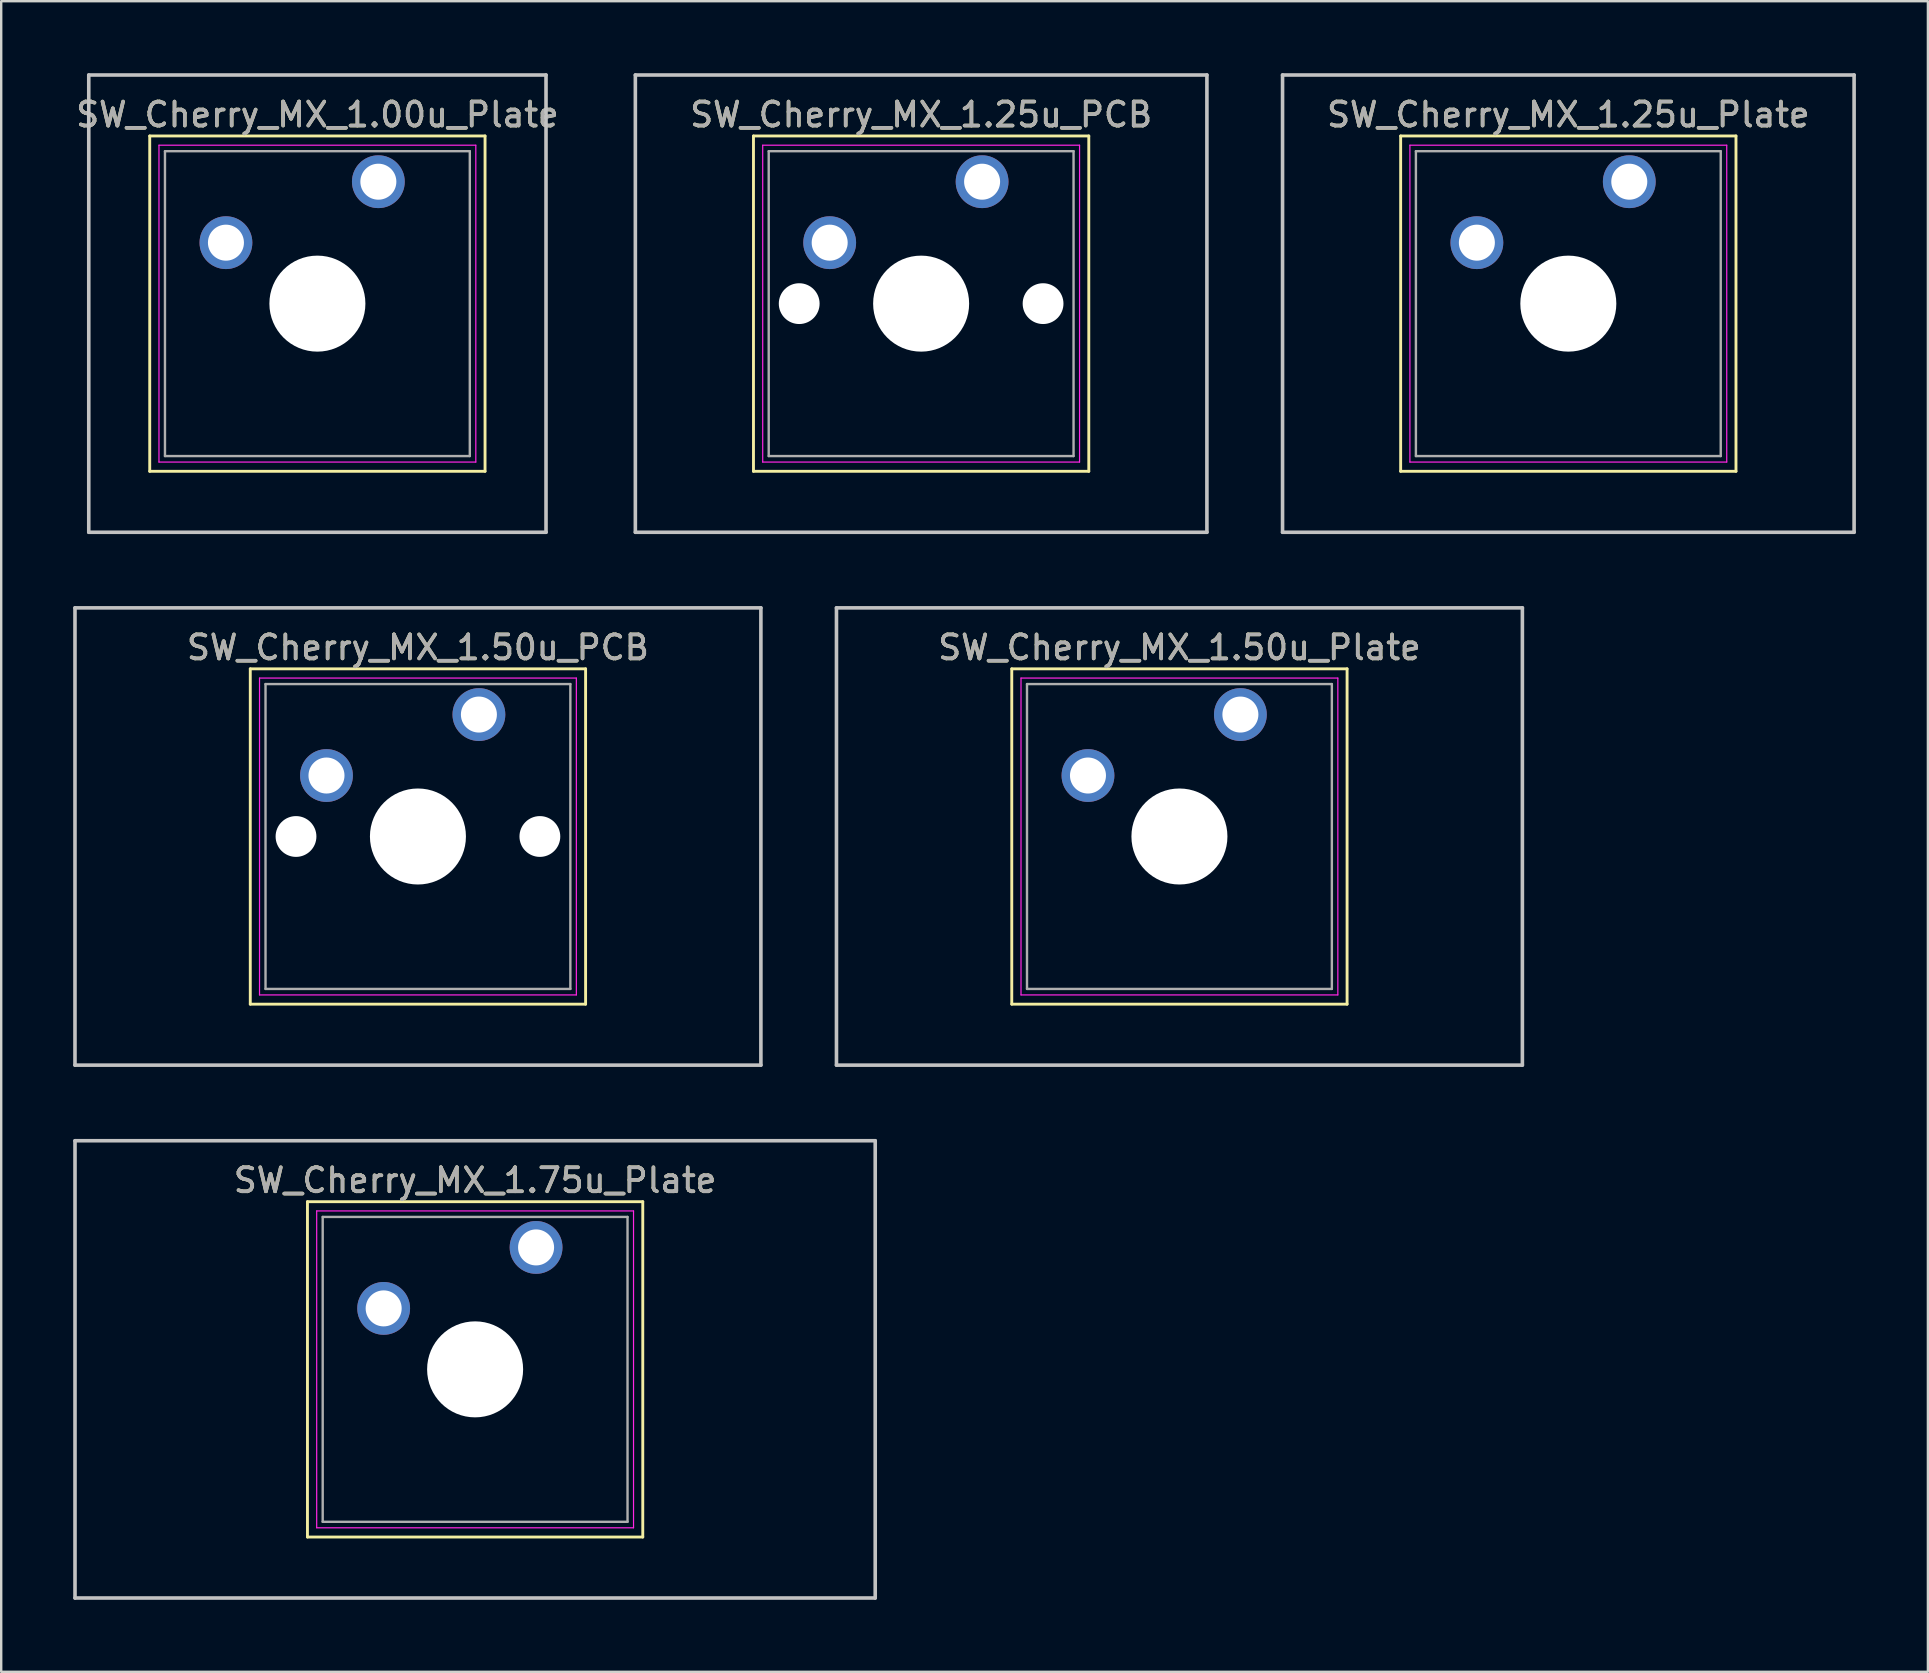
<source format=kicad_pcb>
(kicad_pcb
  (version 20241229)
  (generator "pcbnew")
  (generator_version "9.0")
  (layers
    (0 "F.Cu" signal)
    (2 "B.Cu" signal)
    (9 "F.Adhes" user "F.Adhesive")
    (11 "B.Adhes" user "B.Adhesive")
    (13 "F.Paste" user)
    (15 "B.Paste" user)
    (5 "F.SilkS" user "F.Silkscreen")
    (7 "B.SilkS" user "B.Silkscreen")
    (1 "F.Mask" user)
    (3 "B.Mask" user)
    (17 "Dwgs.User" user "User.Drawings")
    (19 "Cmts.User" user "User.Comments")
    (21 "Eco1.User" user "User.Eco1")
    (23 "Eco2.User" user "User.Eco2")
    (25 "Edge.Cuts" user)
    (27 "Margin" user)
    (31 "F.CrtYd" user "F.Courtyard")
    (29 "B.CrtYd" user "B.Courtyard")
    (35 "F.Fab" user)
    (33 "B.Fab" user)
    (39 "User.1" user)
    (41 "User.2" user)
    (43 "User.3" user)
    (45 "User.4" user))
  (footprint "SW_Cherry_MX_1.00u_Plate"
    (layer "F.Cu")
    (at 12.713 4.52)
    (property "Reference" "SW_Cherry_MX_1.00u_Plate" (at -2.54 -2.794 0) (layer "F.SilkS") (effects (font (size 1 1) (thickness 0.15))))
    (attr through_hole)
    (fp_line (start -9.525 -1.905) (end 4.445 -1.905) (stroke (width 0.12) (type solid)) (layer "F.SilkS"))
    (fp_line (start -9.525 12.065) (end -9.525 -1.905) (stroke (width 0.12) (type solid)) (layer "F.SilkS"))
    (fp_line (start 4.445 -1.905) (end 4.445 12.065) (stroke (width 0.12) (type solid)) (layer "F.SilkS"))
    (fp_line (start 4.445 12.065) (end -9.525 12.065) (stroke (width 0.12) (type solid)) (layer "F.SilkS"))
    (fp_line (start -12.065 -4.445) (end 6.985 -4.445) (stroke (width 0.15) (type solid)) (layer "Dwgs.User"))
    (fp_line (start -12.065 14.605) (end -12.065 -4.445) (stroke (width 0.15) (type solid)) (layer "Dwgs.User"))
    (fp_line (start 6.985 -4.445) (end 6.985 14.605) (stroke (width 0.15) (type solid)) (layer "Dwgs.User"))
    (fp_line (start 6.985 14.605) (end -12.065 14.605) (stroke (width 0.15) (type solid)) (layer "Dwgs.User"))
    (fp_line (start -9.14 -1.52) (end 4.06 -1.52) (stroke (width 0.05) (type solid)) (layer "F.CrtYd"))
    (fp_line (start -9.14 11.68) (end -9.14 -1.52) (stroke (width 0.05) (type solid)) (layer "F.CrtYd"))
    (fp_line (start 4.06 -1.52) (end 4.06 11.68) (stroke (width 0.05) (type solid)) (layer "F.CrtYd"))
    (fp_line (start 4.06 11.68) (end -9.14 11.68) (stroke (width 0.05) (type solid)) (layer "F.CrtYd"))
    (fp_line (start -8.89 -1.27) (end 3.81 -1.27) (stroke (width 0.1) (type solid)) (layer "F.Fab"))
    (fp_line (start -8.89 11.43) (end -8.89 -1.27) (stroke (width 0.1) (type solid)) (layer "F.Fab"))
    (fp_line (start 3.81 -1.27) (end 3.81 11.43) (stroke (width 0.1) (type solid)) (layer "F.Fab"))
    (fp_line (start 3.81 11.43) (end -8.89 11.43) (stroke (width 0.1) (type solid)) (layer "F.Fab"))
    (fp_text user "${REFERENCE}" (at -2.54 -2.794 0) (layer "F.Fab") (effects (font (size 1 1) (thickness 0.15))))
    (pad "" np_thru_hole circle (at -2.54 5.08) (size 4 4) (drill 4) (layers "*.Cu" "*.Mask"))
    (pad "1" thru_hole circle (at 0 0) (size 2.2 2.2) (drill 1.5) (layers "*.Cu" "*.Mask"))
    (pad "2" thru_hole circle (at -6.35 2.54) (size 2.2 2.2) (drill 1.5) (layers "*.Cu" "*.Mask")))
  (footprint "SW_Cherry_MX_1.75u_Plate"
    (layer "F.Cu")
    (at 19.284 48.92)
    (property "Reference" "SW_Cherry_MX_1.75u_Plate" (at -2.54 -2.794 0) (layer "F.SilkS") (effects (font (size 1 1) (thickness 0.15))))
    (attr through_hole)
    (fp_line (start -9.525 -1.905) (end 4.445 -1.905) (stroke (width 0.12) (type solid)) (layer "F.SilkS"))
    (fp_line (start -9.525 12.065) (end -9.525 -1.905) (stroke (width 0.12) (type solid)) (layer "F.SilkS"))
    (fp_line (start 4.445 -1.905) (end 4.445 12.065) (stroke (width 0.12) (type solid)) (layer "F.SilkS"))
    (fp_line (start 4.445 12.065) (end -9.525 12.065) (stroke (width 0.12) (type solid)) (layer "F.SilkS"))
    (fp_line (start -19.209 -4.445) (end 14.129 -4.445) (stroke (width 0.15) (type solid)) (layer "Dwgs.User"))
    (fp_line (start -19.209 14.605) (end -19.209 -4.445) (stroke (width 0.15) (type solid)) (layer "Dwgs.User"))
    (fp_line (start 14.129 -4.445) (end 14.129 14.605) (stroke (width 0.15) (type solid)) (layer "Dwgs.User"))
    (fp_line (start 14.129 14.605) (end -19.209 14.605) (stroke (width 0.15) (type solid)) (layer "Dwgs.User"))
    (fp_line (start -9.14 -1.52) (end 4.06 -1.52) (stroke (width 0.05) (type solid)) (layer "F.CrtYd"))
    (fp_line (start -9.14 11.68) (end -9.14 -1.52) (stroke (width 0.05) (type solid)) (layer "F.CrtYd"))
    (fp_line (start 4.06 -1.52) (end 4.06 11.68) (stroke (width 0.05) (type solid)) (layer "F.CrtYd"))
    (fp_line (start 4.06 11.68) (end -9.14 11.68) (stroke (width 0.05) (type solid)) (layer "F.CrtYd"))
    (fp_line (start -8.89 -1.27) (end 3.81 -1.27) (stroke (width 0.1) (type solid)) (layer "F.Fab"))
    (fp_line (start -8.89 11.43) (end -8.89 -1.27) (stroke (width 0.1) (type solid)) (layer "F.Fab"))
    (fp_line (start 3.81 -1.27) (end 3.81 11.43) (stroke (width 0.1) (type solid)) (layer "F.Fab"))
    (fp_line (start 3.81 11.43) (end -8.89 11.43) (stroke (width 0.1) (type solid)) (layer "F.Fab"))
    (fp_text user "${REFERENCE}" (at -2.54 -2.794 0) (layer "F.Fab") (effects (font (size 1 1) (thickness 0.15))))
    (pad "" np_thru_hole circle (at -2.54 5.08) (size 4 4) (drill 4) (layers "*.Cu" "*.Mask"))
    (pad "1" thru_hole circle (at 0 0) (size 2.2 2.2) (drill 1.5) (layers "*.Cu" "*.Mask"))
    (pad "2" thru_hole circle (at -6.35 2.54) (size 2.2 2.2) (drill 1.5) (layers "*.Cu" "*.Mask")))
  (footprint "SW_Cherry_MX_1.50u_PCB"
    (layer "F.Cu")
    (at 16.902 26.72)
    (property "Reference" "SW_Cherry_MX_1.50u_PCB" (at -2.54 -2.794 0) (layer "F.SilkS") (effects (font (size 1 1) (thickness 0.15))))
    (attr through_hole)
    (fp_line (start -9.525 -1.905) (end 4.445 -1.905) (stroke (width 0.12) (type solid)) (layer "F.SilkS"))
    (fp_line (start -9.525 12.065) (end -9.525 -1.905) (stroke (width 0.12) (type solid)) (layer "F.SilkS"))
    (fp_line (start 4.445 -1.905) (end 4.445 12.065) (stroke (width 0.12) (type solid)) (layer "F.SilkS"))
    (fp_line (start 4.445 12.065) (end -9.525 12.065) (stroke (width 0.12) (type solid)) (layer "F.SilkS"))
    (fp_line (start -16.828 -4.445) (end 11.748 -4.445) (stroke (width 0.15) (type solid)) (layer "Dwgs.User"))
    (fp_line (start -16.828 14.605) (end -16.828 -4.445) (stroke (width 0.15) (type solid)) (layer "Dwgs.User"))
    (fp_line (start 11.748 -4.445) (end 11.748 14.605) (stroke (width 0.15) (type solid)) (layer "Dwgs.User"))
    (fp_line (start 11.748 14.605) (end -16.828 14.605) (stroke (width 0.15) (type solid)) (layer "Dwgs.User"))
    (fp_line (start -9.14 -1.52) (end 4.06 -1.52) (stroke (width 0.05) (type solid)) (layer "F.CrtYd"))
    (fp_line (start -9.14 11.68) (end -9.14 -1.52) (stroke (width 0.05) (type solid)) (layer "F.CrtYd"))
    (fp_line (start 4.06 -1.52) (end 4.06 11.68) (stroke (width 0.05) (type solid)) (layer "F.CrtYd"))
    (fp_line (start 4.06 11.68) (end -9.14 11.68) (stroke (width 0.05) (type solid)) (layer "F.CrtYd"))
    (fp_line (start -8.89 -1.27) (end 3.81 -1.27) (stroke (width 0.1) (type solid)) (layer "F.Fab"))
    (fp_line (start -8.89 11.43) (end -8.89 -1.27) (stroke (width 0.1) (type solid)) (layer "F.Fab"))
    (fp_line (start 3.81 -1.27) (end 3.81 11.43) (stroke (width 0.1) (type solid)) (layer "F.Fab"))
    (fp_line (start 3.81 11.43) (end -8.89 11.43) (stroke (width 0.1) (type solid)) (layer "F.Fab"))
    (fp_text user "${REFERENCE}" (at -2.54 -2.794 0) (layer "F.Fab") (effects (font (size 1 1) (thickness 0.15))))
    (pad "" np_thru_hole circle (at -7.62 5.08) (size 1.7 1.7) (drill 1.7) (layers "*.Cu" "*.Mask"))
    (pad "" np_thru_hole circle (at -2.54 5.08) (size 4 4) (drill 4) (layers "*.Cu" "*.Mask"))
    (pad "" np_thru_hole circle (at 2.54 5.08) (size 1.7 1.7) (drill 1.7) (layers "*.Cu" "*.Mask"))
    (pad "1" thru_hole circle (at 0 0) (size 2.2 2.2) (drill 1.5) (layers "*.Cu" "*.Mask"))
    (pad "2" thru_hole circle (at -6.35 2.54) (size 2.2 2.2) (drill 1.5) (layers "*.Cu" "*.Mask")))
  (footprint "SW_Cherry_MX_1.25u_PCB"
    (layer "F.Cu")
    (at 37.866 4.52)
    (property "Reference" "SW_Cherry_MX_1.25u_PCB" (at -2.54 -2.794 0) (layer "F.SilkS") (effects (font (size 1 1) (thickness 0.15))))
    (attr through_hole)
    (fp_line (start -9.525 -1.905) (end 4.445 -1.905) (stroke (width 0.12) (type solid)) (layer "F.SilkS"))
    (fp_line (start -9.525 12.065) (end -9.525 -1.905) (stroke (width 0.12) (type solid)) (layer "F.SilkS"))
    (fp_line (start 4.445 -1.905) (end 4.445 12.065) (stroke (width 0.12) (type solid)) (layer "F.SilkS"))
    (fp_line (start 4.445 12.065) (end -9.525 12.065) (stroke (width 0.12) (type solid)) (layer "F.SilkS"))
    (fp_line (start -14.446 -4.445) (end 9.366 -4.445) (stroke (width 0.15) (type solid)) (layer "Dwgs.User"))
    (fp_line (start -14.446 14.605) (end -14.446 -4.445) (stroke (width 0.15) (type solid)) (layer "Dwgs.User"))
    (fp_line (start 9.366 -4.445) (end 9.366 14.605) (stroke (width 0.15) (type solid)) (layer "Dwgs.User"))
    (fp_line (start 9.366 14.605) (end -14.446 14.605) (stroke (width 0.15) (type solid)) (layer "Dwgs.User"))
    (fp_line (start -9.14 -1.52) (end 4.06 -1.52) (stroke (width 0.05) (type solid)) (layer "F.CrtYd"))
    (fp_line (start -9.14 11.68) (end -9.14 -1.52) (stroke (width 0.05) (type solid)) (layer "F.CrtYd"))
    (fp_line (start 4.06 -1.52) (end 4.06 11.68) (stroke (width 0.05) (type solid)) (layer "F.CrtYd"))
    (fp_line (start 4.06 11.68) (end -9.14 11.68) (stroke (width 0.05) (type solid)) (layer "F.CrtYd"))
    (fp_line (start -8.89 -1.27) (end 3.81 -1.27) (stroke (width 0.1) (type solid)) (layer "F.Fab"))
    (fp_line (start -8.89 11.43) (end -8.89 -1.27) (stroke (width 0.1) (type solid)) (layer "F.Fab"))
    (fp_line (start 3.81 -1.27) (end 3.81 11.43) (stroke (width 0.1) (type solid)) (layer "F.Fab"))
    (fp_line (start 3.81 11.43) (end -8.89 11.43) (stroke (width 0.1) (type solid)) (layer "F.Fab"))
    (fp_text user "${REFERENCE}" (at -2.54 -2.794 0) (layer "F.Fab") (effects (font (size 1 1) (thickness 0.15))))
    (pad "" np_thru_hole circle (at -7.62 5.08) (size 1.7 1.7) (drill 1.7) (layers "*.Cu" "*.Mask"))
    (pad "" np_thru_hole circle (at -2.54 5.08) (size 4 4) (drill 4) (layers "*.Cu" "*.Mask"))
    (pad "" np_thru_hole circle (at 2.54 5.08) (size 1.7 1.7) (drill 1.7) (layers "*.Cu" "*.Mask"))
    (pad "1" thru_hole circle (at 0 0) (size 2.2 2.2) (drill 1.5) (layers "*.Cu" "*.Mask"))
    (pad "2" thru_hole circle (at -6.35 2.54) (size 2.2 2.2) (drill 1.5) (layers "*.Cu" "*.Mask")))
  (footprint "SW_Cherry_MX_1.50u_Plate"
    (layer "F.Cu")
    (at 48.627 26.72)
    (property "Reference" "SW_Cherry_MX_1.50u_Plate" (at -2.54 -2.794 0) (layer "F.SilkS") (effects (font (size 1 1) (thickness 0.15))))
    (attr through_hole)
    (fp_line (start -9.525 -1.905) (end 4.445 -1.905) (stroke (width 0.12) (type solid)) (layer "F.SilkS"))
    (fp_line (start -9.525 12.065) (end -9.525 -1.905) (stroke (width 0.12) (type solid)) (layer "F.SilkS"))
    (fp_line (start 4.445 -1.905) (end 4.445 12.065) (stroke (width 0.12) (type solid)) (layer "F.SilkS"))
    (fp_line (start 4.445 12.065) (end -9.525 12.065) (stroke (width 0.12) (type solid)) (layer "F.SilkS"))
    (fp_line (start -16.828 -4.445) (end 11.748 -4.445) (stroke (width 0.15) (type solid)) (layer "Dwgs.User"))
    (fp_line (start -16.828 14.605) (end -16.828 -4.445) (stroke (width 0.15) (type solid)) (layer "Dwgs.User"))
    (fp_line (start 11.748 -4.445) (end 11.748 14.605) (stroke (width 0.15) (type solid)) (layer "Dwgs.User"))
    (fp_line (start 11.748 14.605) (end -16.828 14.605) (stroke (width 0.15) (type solid)) (layer "Dwgs.User"))
    (fp_line (start -9.14 -1.52) (end 4.06 -1.52) (stroke (width 0.05) (type solid)) (layer "F.CrtYd"))
    (fp_line (start -9.14 11.68) (end -9.14 -1.52) (stroke (width 0.05) (type solid)) (layer "F.CrtYd"))
    (fp_line (start 4.06 -1.52) (end 4.06 11.68) (stroke (width 0.05) (type solid)) (layer "F.CrtYd"))
    (fp_line (start 4.06 11.68) (end -9.14 11.68) (stroke (width 0.05) (type solid)) (layer "F.CrtYd"))
    (fp_line (start -8.89 -1.27) (end 3.81 -1.27) (stroke (width 0.1) (type solid)) (layer "F.Fab"))
    (fp_line (start -8.89 11.43) (end -8.89 -1.27) (stroke (width 0.1) (type solid)) (layer "F.Fab"))
    (fp_line (start 3.81 -1.27) (end 3.81 11.43) (stroke (width 0.1) (type solid)) (layer "F.Fab"))
    (fp_line (start 3.81 11.43) (end -8.89 11.43) (stroke (width 0.1) (type solid)) (layer "F.Fab"))
    (fp_text user "${REFERENCE}" (at -2.54 -2.794 0) (layer "F.Fab") (effects (font (size 1 1) (thickness 0.15))))
    (pad "" np_thru_hole circle (at -2.54 5.08) (size 4 4) (drill 4) (layers "*.Cu" "*.Mask"))
    (pad "1" thru_hole circle (at 0 0) (size 2.2 2.2) (drill 1.5) (layers "*.Cu" "*.Mask"))
    (pad "2" thru_hole circle (at -6.35 2.54) (size 2.2 2.2) (drill 1.5) (layers "*.Cu" "*.Mask")))
  (footprint "SW_Cherry_MX_1.25u_Plate"
    (layer "F.Cu")
    (at 64.829 4.52)
    (property "Reference" "SW_Cherry_MX_1.25u_Plate" (at -2.54 -2.794 0) (layer "F.SilkS") (effects (font (size 1 1) (thickness 0.15))))
    (attr through_hole)
    (fp_line (start -9.525 -1.905) (end 4.445 -1.905) (stroke (width 0.12) (type solid)) (layer "F.SilkS"))
    (fp_line (start -9.525 12.065) (end -9.525 -1.905) (stroke (width 0.12) (type solid)) (layer "F.SilkS"))
    (fp_line (start 4.445 -1.905) (end 4.445 12.065) (stroke (width 0.12) (type solid)) (layer "F.SilkS"))
    (fp_line (start 4.445 12.065) (end -9.525 12.065) (stroke (width 0.12) (type solid)) (layer "F.SilkS"))
    (fp_line (start -14.446 -4.445) (end 9.366 -4.445) (stroke (width 0.15) (type solid)) (layer "Dwgs.User"))
    (fp_line (start -14.446 14.605) (end -14.446 -4.445) (stroke (width 0.15) (type solid)) (layer "Dwgs.User"))
    (fp_line (start 9.366 -4.445) (end 9.366 14.605) (stroke (width 0.15) (type solid)) (layer "Dwgs.User"))
    (fp_line (start 9.366 14.605) (end -14.446 14.605) (stroke (width 0.15) (type solid)) (layer "Dwgs.User"))
    (fp_line (start -9.14 -1.52) (end 4.06 -1.52) (stroke (width 0.05) (type solid)) (layer "F.CrtYd"))
    (fp_line (start -9.14 11.68) (end -9.14 -1.52) (stroke (width 0.05) (type solid)) (layer "F.CrtYd"))
    (fp_line (start 4.06 -1.52) (end 4.06 11.68) (stroke (width 0.05) (type solid)) (layer "F.CrtYd"))
    (fp_line (start 4.06 11.68) (end -9.14 11.68) (stroke (width 0.05) (type solid)) (layer "F.CrtYd"))
    (fp_line (start -8.89 -1.27) (end 3.81 -1.27) (stroke (width 0.1) (type solid)) (layer "F.Fab"))
    (fp_line (start -8.89 11.43) (end -8.89 -1.27) (stroke (width 0.1) (type solid)) (layer "F.Fab"))
    (fp_line (start 3.81 -1.27) (end 3.81 11.43) (stroke (width 0.1) (type solid)) (layer "F.Fab"))
    (fp_line (start 3.81 11.43) (end -8.89 11.43) (stroke (width 0.1) (type solid)) (layer "F.Fab"))
    (fp_text user "${REFERENCE}" (at -2.54 -2.794 0) (layer "F.Fab") (effects (font (size 1 1) (thickness 0.15))))
    (pad "" np_thru_hole circle (at -2.54 5.08) (size 4 4) (drill 4) (layers "*.Cu" "*.Mask"))
    (pad "1" thru_hole circle (at 0 0) (size 2.2 2.2) (drill 1.5) (layers "*.Cu" "*.Mask"))
    (pad "2" thru_hole circle (at -6.35 2.54) (size 2.2 2.2) (drill 1.5) (layers "*.Cu" "*.Mask")))
  (gr_rect
    (start -3 -3)
    (end 77.27 66.6)
    (stroke (width 0.1) (type default))
    (fill no)
    (layer "Edge.Cuts")))
</source>
